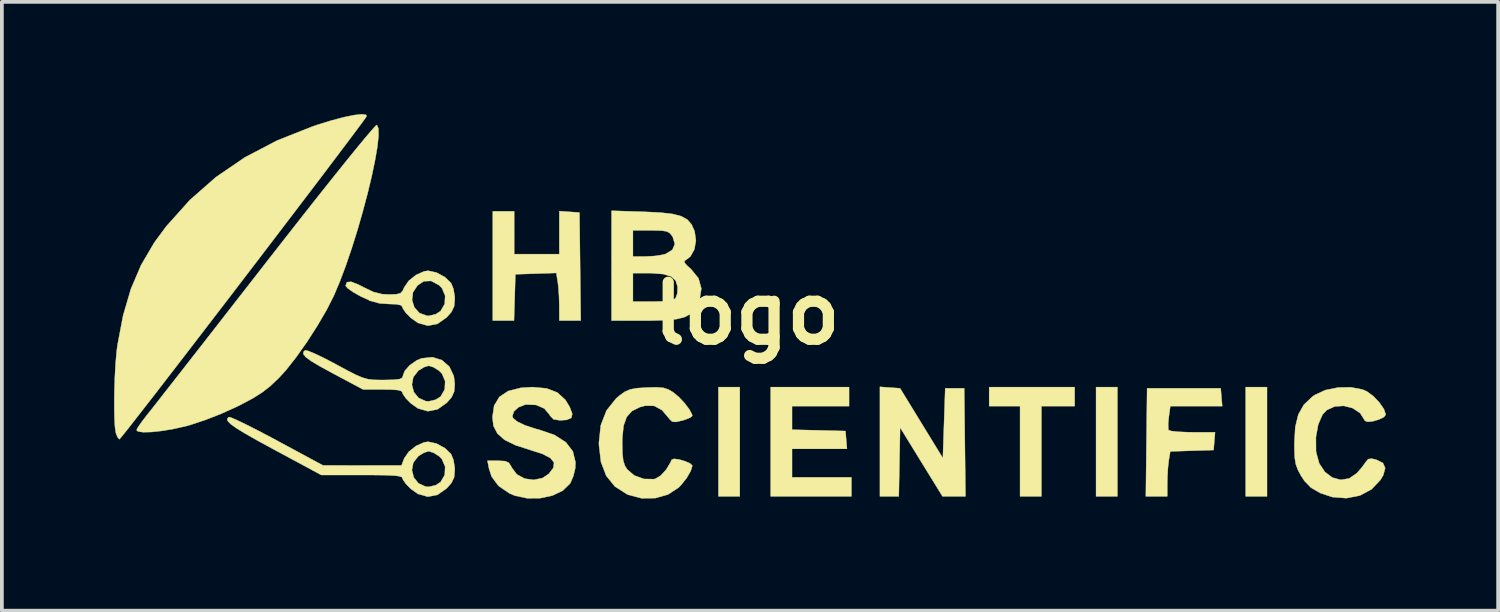
<source format=kicad_pcb>
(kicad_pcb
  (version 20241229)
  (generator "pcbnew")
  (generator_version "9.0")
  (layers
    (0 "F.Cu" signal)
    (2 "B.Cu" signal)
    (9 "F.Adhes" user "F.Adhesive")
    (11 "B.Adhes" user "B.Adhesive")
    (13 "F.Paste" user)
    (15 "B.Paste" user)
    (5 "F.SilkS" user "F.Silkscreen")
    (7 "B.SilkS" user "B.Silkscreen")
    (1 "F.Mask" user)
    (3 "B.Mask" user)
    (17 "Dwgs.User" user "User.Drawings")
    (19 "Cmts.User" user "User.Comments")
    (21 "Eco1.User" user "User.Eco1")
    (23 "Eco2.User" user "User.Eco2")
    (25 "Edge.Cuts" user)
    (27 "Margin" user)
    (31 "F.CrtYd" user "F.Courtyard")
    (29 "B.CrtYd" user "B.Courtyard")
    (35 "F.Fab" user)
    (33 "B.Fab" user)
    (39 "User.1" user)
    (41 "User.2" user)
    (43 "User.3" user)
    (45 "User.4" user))
  (footprint "logo"
    (layer "F.Cu")
    (at 16.921 5.332)
    (property "Reference" "logo" (at 0 0 0) (layer "F.SilkS") (effects (font (size 1.524 1.524) (thickness 0.3))))
    (attr through_hole)
    (fp_poly (pts (xy -0.191 4.889) (xy -0.762 4.889) (xy -0.762 1.968) (xy -0.191 1.968) (xy -0.191 4.889)) (stroke (width 0.01) (type solid)) (fill yes) (layer "F.SilkS"))
    (fp_poly (pts (xy 9.906 4.889) (xy 9.335 4.889) (xy 9.335 1.968) (xy 9.906 1.968) (xy 9.906 4.889)) (stroke (width 0.01) (type solid)) (fill yes) (layer "F.SilkS"))
    (fp_poly (pts (xy 13.906 4.889) (xy 13.335 4.889) (xy 13.335 1.968) (xy 13.906 1.968) (xy 13.906 4.889)) (stroke (width 0.01) (type solid)) (fill yes) (layer "F.SilkS"))
    (fp_poly (pts (xy 8.763 2.477) (xy 7.874 2.477) (xy 7.874 4.889) (xy 7.303 4.889) (xy 7.303 2.477) (xy 6.477 2.477) (xy 6.477 1.968) (xy 8.763 1.968) (xy 8.763 2.477)) (stroke (width 0.01) (type solid)) (fill yes) (layer "F.SilkS"))
    (fp_poly (pts (xy 2.731 2.477) (xy 1.206 2.477) (xy 1.206 3.107) (xy 2.635 3.143) (xy 2.675 3.619) (xy 1.206 3.619) (xy 1.206 4.381) (xy 2.794 4.381) (xy 2.794 4.889) (xy 0.635 4.889) (xy 0.635 1.968) (xy 2.731 1.968) (xy 2.731 2.477)) (stroke (width 0.01) (type solid)) (fill yes) (layer "F.SilkS"))
    (fp_poly (pts (xy 3.825 1.981) (xy 4.095 2) (xy 5.239 3.867) (xy 5.302 2) (xy 5.81 2) (xy 5.844 4.889) (xy 5.229 4.889) (xy 4.662 3.969) (xy 4.096 3.049) (xy 4.061 4.889) (xy 3.556 4.889) (xy 3.556 1.961) (xy 3.825 1.981)) (stroke (width 0.01) (type solid)) (fill yes) (layer "F.SilkS"))
    (fp_poly (pts (xy -4.747 -2.718) (xy -4.477 -2.699) (xy -4.443 0.191) (xy -5.016 0.191) (xy -5.017 -0.206) (xy -5.024 -0.466) (xy -5.042 -0.713) (xy -5.058 -0.844) (xy -5.097 -1.084) (xy -5.644 -1.066) (xy -6.191 -1.048) (xy -6.209 -0.429) (xy -6.228 0.191) (xy -6.795 0.191) (xy -6.795 -2.731) (xy -6.223 -2.731) (xy -6.223 -1.587) (xy -5.016 -1.587) (xy -5.016 -2.738) (xy -4.747 -2.718)) (stroke (width 0.01) (type solid)) (fill yes) (layer "F.SilkS"))
    (fp_poly (pts (xy 12.708 2.477) (xy 11.32 2.477) (xy 11.28 2.769) (xy 11.263 2.955) (xy 11.267 3.088) (xy 11.275 3.118) (xy 11.35 3.143) (xy 11.522 3.162) (xy 11.762 3.173) (xy 11.914 3.175) (xy 12.517 3.175) (xy 12.478 3.651) (xy 11.898 3.669) (xy 11.319 3.688) (xy 11.28 3.923) (xy 11.257 4.126) (xy 11.243 4.381) (xy 11.24 4.524) (xy 11.239 4.889) (xy 10.666 4.889) (xy 10.683 3.445) (xy 10.7 2) (xy 12.668 2) (xy 12.708 2.477)) (stroke (width 0.01) (type solid)) (fill yes) (layer "F.SilkS"))
    (fp_poly (pts (xy -10.184 -5.312) (xy -10.169 -5.275) (xy -10.211 -5.211) (xy -10.324 -5.056) (xy -10.5 -4.82) (xy -10.733 -4.51) (xy -11.015 -4.136) (xy -11.339 -3.707) (xy -11.7 -3.232) (xy -12.09 -2.72) (xy -12.502 -2.179) (xy -12.929 -1.619) (xy -13.365 -1.049) (xy -13.802 -0.477) (xy -14.235 0.087) (xy -14.655 0.634) (xy -15.057 1.157) (xy -15.433 1.645) (xy -15.776 2.09) (xy -16.081 2.482) (xy -16.339 2.813) (xy -16.543 3.075) (xy -16.689 3.257) (xy -16.767 3.351) (xy -16.779 3.363) (xy -16.827 3.311) (xy -16.874 3.191) (xy -16.897 3.031) (xy -16.911 2.773) (xy -16.916 2.446) (xy -16.912 2.079) (xy -16.9 1.7) (xy -16.88 1.338) (xy -16.853 1.023) (xy -16.832 0.857) (xy -16.679 0.052) (xy -16.47 -0.659) (xy -16.196 -1.3) (xy -15.846 -1.896) (xy -15.529 -2.326) (xy -14.897 -3.032) (xy -14.199 -3.645) (xy -13.426 -4.173) (xy -12.565 -4.624) (xy -11.605 -5.004) (xy -11.493 -5.042) (xy -11.115 -5.159) (xy -10.779 -5.248) (xy -10.501 -5.305) (xy -10.297 -5.327) (xy -10.184 -5.312)) (stroke (width 0.01) (type solid)) (fill yes) (layer "F.SilkS"))
    (fp_poly (pts (xy -9.853 -4.946) (xy -9.85 -4.746) (xy -9.881 -4.458) (xy -9.943 -4.098) (xy -10.03 -3.68) (xy -10.14 -3.22) (xy -10.269 -2.735) (xy -10.411 -2.239) (xy -10.565 -1.749) (xy -10.724 -1.281) (xy -10.887 -0.849) (xy -11.041 -0.484) (xy -11.236 -0.098) (xy -11.485 0.328) (xy -11.764 0.762) (xy -12.053 1.17) (xy -12.329 1.52) (xy -12.518 1.726) (xy -12.74 1.937) (xy -12.957 2.107) (xy -13.205 2.264) (xy -13.52 2.432) (xy -13.662 2.502) (xy -14.059 2.681) (xy -14.481 2.846) (xy -14.872 2.976) (xy -15.009 3.014) (xy -15.333 3.087) (xy -15.646 3.139) (xy -15.924 3.169) (xy -16.145 3.174) (xy -16.283 3.153) (xy -16.32 3.117) (xy -16.282 3.042) (xy -16.184 2.9) (xy -16.047 2.722) (xy -16.045 2.72) (xy -15.962 2.615) (xy -15.807 2.419) (xy -15.589 2.14) (xy -15.312 1.786) (xy -14.985 1.368) (xy -14.614 0.893) (xy -14.206 0.37) (xy -13.769 -0.192) (xy -13.307 -0.784) (xy -12.866 -1.351) (xy -12.374 -1.98) (xy -11.911 -2.571) (xy -11.482 -3.115) (xy -11.092 -3.605) (xy -10.747 -4.035) (xy -10.453 -4.398) (xy -10.215 -4.687) (xy -10.038 -4.894) (xy -9.93 -5.014) (xy -9.894 -5.041) (xy -9.853 -4.946)) (stroke (width 0.01) (type solid)) (fill yes) (layer "F.SilkS"))
    (fp_poly (pts (xy -8.299 -1.094) (xy -8.073 -0.971) (xy -7.91 -0.812) (xy -7.847 -0.659) (xy -7.813 -0.452) (xy -7.811 -0.392) (xy -7.828 -0.194) (xy -7.9 -0.041) (xy -8.026 0.102) (xy -8.273 0.277) (xy -8.532 0.327) (xy -8.796 0.252) (xy -8.983 0.12) (xy -9.117 -0.015) (xy -9.197 -0.13) (xy -9.207 -0.165) (xy -9.245 -0.219) (xy -9.371 -0.247) (xy -9.57 -0.254) (xy -9.824 -0.271) (xy -10.058 -0.335) (xy -10.105 -0.356) (xy -8.954 -0.356) (xy -8.891 -0.161) (xy -8.754 -0.011) (xy -8.554 0.061) (xy -8.509 0.064) (xy -8.323 0.02) (xy -8.191 -0.064) (xy -8.08 -0.255) (xy -8.069 -0.475) (xy -8.154 -0.678) (xy -8.232 -0.757) (xy -8.444 -0.871) (xy -8.639 -0.862) (xy -8.807 -0.751) (xy -8.93 -0.564) (xy -8.954 -0.356) (xy -10.105 -0.356) (xy -10.331 -0.46) (xy -10.332 -0.46) (xy -10.529 -0.572) (xy -10.672 -0.672) (xy -10.731 -0.74) (xy -10.731 -0.742) (xy -10.695 -0.838) (xy -10.581 -0.848) (xy -10.384 -0.772) (xy -10.254 -0.703) (xy -9.989 -0.576) (xy -9.749 -0.517) (xy -9.572 -0.508) (xy -9.373 -0.514) (xy -9.262 -0.543) (xy -9.2 -0.614) (xy -9.165 -0.695) (xy -9.043 -0.874) (xy -8.848 -1.03) (xy -8.63 -1.127) (xy -8.522 -1.143) (xy -8.299 -1.094)) (stroke (width 0.01) (type solid)) (fill yes) (layer "F.SilkS"))
    (fp_poly (pts (xy 16.454 2.031) (xy 16.573 2.082) (xy 16.747 2.209) (xy 16.91 2.38) (xy 17.032 2.557) (xy 17.081 2.702) (xy 17.081 2.706) (xy 17.029 2.772) (xy 16.901 2.834) (xy 16.744 2.88) (xy 16.603 2.897) (xy 16.526 2.87) (xy 16.523 2.865) (xy 16.397 2.664) (xy 16.197 2.531) (xy 15.958 2.47) (xy 15.715 2.486) (xy 15.502 2.584) (xy 15.39 2.703) (xy 15.275 2.968) (xy 15.214 3.306) (xy 15.216 3.671) (xy 15.221 3.715) (xy 15.302 4.009) (xy 15.453 4.236) (xy 15.651 4.386) (xy 15.874 4.448) (xy 16.102 4.411) (xy 16.309 4.268) (xy 16.44 4.118) (xy 16.538 3.984) (xy 16.546 3.97) (xy 16.612 3.893) (xy 16.711 3.882) (xy 16.832 3.911) (xy 17.006 3.998) (xy 17.066 4.133) (xy 17.015 4.321) (xy 16.941 4.448) (xy 16.699 4.703) (xy 16.387 4.868) (xy 16.028 4.938) (xy 15.648 4.908) (xy 15.325 4.799) (xy 15.082 4.658) (xy 14.907 4.477) (xy 14.817 4.34) (xy 14.729 4.176) (xy 14.675 4.028) (xy 14.647 3.854) (xy 14.638 3.614) (xy 14.637 3.461) (xy 14.662 3.034) (xy 14.743 2.701) (xy 14.89 2.441) (xy 15.113 2.228) (xy 15.188 2.176) (xy 15.467 2.048) (xy 15.802 1.98) (xy 16.147 1.973) (xy 16.454 2.031)) (stroke (width 0.01) (type solid)) (fill yes) (layer "F.SilkS"))
    (fp_poly (pts (xy -2.741 -2.719) (xy -2.311 -2.698) (xy -1.989 -2.661) (xy -1.756 -2.601) (xy -1.593 -2.511) (xy -1.482 -2.383) (xy -1.403 -2.21) (xy -1.397 -2.19) (xy -1.364 -1.95) (xy -1.405 -1.714) (xy -1.51 -1.526) (xy -1.598 -1.455) (xy -1.667 -1.409) (xy -1.668 -1.357) (xy -1.589 -1.27) (xy -1.494 -1.186) (xy -1.295 -0.942) (xy -1.219 -0.667) (xy -1.267 -0.364) (xy -1.292 -0.3) (xy -1.381 -0.125) (xy -1.495 0.003) (xy -1.653 0.092) (xy -1.874 0.149) (xy -2.178 0.179) (xy -2.584 0.19) (xy -2.715 0.19) (xy -3.619 0.191) (xy -3.619 -0.318) (xy -3.048 -0.318) (xy -2.516 -0.318) (xy -2.216 -0.325) (xy -2.024 -0.351) (xy -1.921 -0.396) (xy -1.908 -0.409) (xy -1.861 -0.533) (xy -1.853 -0.705) (xy -1.853 -0.709) (xy -1.903 -0.877) (xy -2.026 -0.99) (xy -2.238 -1.054) (xy -2.554 -1.078) (xy -2.619 -1.079) (xy -3.048 -1.079) (xy -3.048 -0.318) (xy -3.619 -0.318) (xy -3.619 -2.223) (xy -3.048 -2.223) (xy -3.048 -1.524) (xy -2.708 -1.524) (xy -2.471 -1.537) (xy -2.252 -1.571) (xy -2.171 -1.593) (xy -1.992 -1.703) (xy -1.927 -1.858) (xy -1.983 -2.046) (xy -1.996 -2.067) (xy -2.06 -2.147) (xy -2.143 -2.194) (xy -2.278 -2.216) (xy -2.498 -2.222) (xy -2.573 -2.223) (xy -3.048 -2.223) (xy -3.619 -2.223) (xy -3.619 -2.747) (xy -2.741 -2.719)) (stroke (width 0.01) (type solid)) (fill yes) (layer "F.SilkS"))
    (fp_poly (pts (xy -13.782 2.787) (xy -13.618 2.859) (xy -13.377 2.976) (xy -13.074 3.129) (xy -12.728 3.311) (xy -12.566 3.398) (xy -11.335 4.062) (xy -9.235 4.064) (xy -9.165 3.877) (xy -9.043 3.698) (xy -8.848 3.542) (xy -8.63 3.445) (xy -8.522 3.429) (xy -8.299 3.478) (xy -8.073 3.601) (xy -7.91 3.76) (xy -7.847 3.913) (xy -7.813 4.12) (xy -7.811 4.18) (xy -7.828 4.378) (xy -7.9 4.531) (xy -8.026 4.674) (xy -8.273 4.849) (xy -8.532 4.899) (xy -8.796 4.824) (xy -8.983 4.692) (xy -9.117 4.557) (xy -9.197 4.442) (xy -9.207 4.407) (xy -9.228 4.374) (xy -9.302 4.349) (xy -9.444 4.333) (xy -9.67 4.323) (xy -9.995 4.319) (xy -10.294 4.318) (xy -11.381 4.318) (xy -11.62 4.189) (xy -8.958 4.189) (xy -8.907 4.385) (xy -8.78 4.543) (xy -8.589 4.629) (xy -8.509 4.636) (xy -8.323 4.592) (xy -8.191 4.508) (xy -8.08 4.317) (xy -8.069 4.097) (xy -8.154 3.894) (xy -8.232 3.815) (xy -8.38 3.723) (xy -8.506 3.683) (xy -8.509 3.683) (xy -8.633 3.721) (xy -8.782 3.811) (xy -8.786 3.815) (xy -8.921 3.988) (xy -8.958 4.189) (xy -11.62 4.189) (xy -12.644 3.638) (xy -13.079 3.401) (xy -13.411 3.213) (xy -13.648 3.068) (xy -13.802 2.958) (xy -13.881 2.877) (xy -13.896 2.817) (xy -13.856 2.77) (xy -13.852 2.768) (xy -13.782 2.787)) (stroke (width 0.01) (type solid)) (fill yes) (layer "F.SilkS"))
    (fp_poly (pts (xy -5.355 2.003) (xy -5.069 2.113) (xy -4.855 2.308) (xy -4.738 2.5) (xy -4.67 2.682) (xy -4.694 2.792) (xy -4.821 2.845) (xy -5.002 2.857) (xy -5.17 2.83) (xy -5.266 2.731) (xy -5.28 2.703) (xy -5.419 2.54) (xy -5.637 2.445) (xy -5.895 2.434) (xy -5.935 2.44) (xy -6.109 2.508) (xy -6.23 2.619) (xy -6.271 2.741) (xy -6.254 2.796) (xy -6.141 2.891) (xy -5.93 2.991) (xy -5.65 3.083) (xy -5.556 3.107) (xy -5.143 3.249) (xy -4.842 3.442) (xy -4.655 3.686) (xy -4.583 3.978) (xy -4.591 4.139) (xy -4.641 4.348) (xy -4.72 4.532) (xy -4.73 4.548) (xy -4.924 4.736) (xy -5.2 4.868) (xy -5.528 4.938) (xy -5.874 4.941) (xy -6.204 4.871) (xy -6.349 4.81) (xy -6.643 4.609) (xy -6.827 4.36) (xy -6.897 4.143) (xy -6.937 3.937) (xy -6.651 3.937) (xy -6.468 3.947) (xy -6.367 3.99) (xy -6.302 4.09) (xy -6.29 4.119) (xy -6.152 4.302) (xy -5.943 4.415) (xy -5.701 4.449) (xy -5.464 4.399) (xy -5.299 4.289) (xy -5.175 4.126) (xy -5.158 3.986) (xy -5.255 3.864) (xy -5.47 3.753) (xy -5.779 3.654) (xy -6.186 3.523) (xy -6.479 3.38) (xy -6.671 3.211) (xy -6.776 3.008) (xy -6.805 2.774) (xy -6.759 2.463) (xy -6.619 2.23) (xy -6.381 2.072) (xy -6.042 1.987) (xy -5.731 1.968) (xy -5.355 2.003)) (stroke (width 0.01) (type solid)) (fill yes) (layer "F.SilkS"))
    (fp_poly (pts (xy -2.238 1.987) (xy -2.104 2.029) (xy -1.973 2.106) (xy -1.97 2.108) (xy -1.817 2.236) (xy -1.662 2.402) (xy -1.535 2.571) (xy -1.466 2.706) (xy -1.46 2.737) (xy -1.516 2.784) (xy -1.655 2.84) (xy -1.727 2.861) (xy -1.9 2.9) (xy -1.998 2.891) (xy -2.065 2.828) (xy -2.073 2.816) (xy -2.271 2.584) (xy -2.479 2.47) (xy -2.718 2.466) (xy -2.86 2.503) (xy -3.072 2.607) (xy -3.215 2.766) (xy -3.298 3) (xy -3.332 3.329) (xy -3.334 3.461) (xy -3.328 3.743) (xy -3.307 3.935) (xy -3.263 4.07) (xy -3.201 4.17) (xy -3.01 4.332) (xy -2.756 4.424) (xy -2.491 4.429) (xy -2.451 4.421) (xy -2.307 4.335) (xy -2.158 4.173) (xy -2.039 3.975) (xy -2.012 3.908) (xy -1.946 3.886) (xy -1.812 3.904) (xy -1.656 3.949) (xy -1.523 4.007) (xy -1.461 4.065) (xy -1.46 4.07) (xy -1.503 4.212) (xy -1.611 4.399) (xy -1.761 4.587) (xy -1.825 4.653) (xy -2.108 4.839) (xy -2.451 4.937) (xy -2.818 4.941) (xy -3.174 4.847) (xy -3.207 4.833) (xy -3.531 4.625) (xy -3.761 4.341) (xy -3.902 3.973) (xy -3.956 3.516) (xy -3.957 3.453) (xy -3.907 2.986) (xy -3.754 2.593) (xy -3.496 2.27) (xy -3.407 2.194) (xy -3.264 2.092) (xy -3.125 2.031) (xy -2.948 1.997) (xy -2.688 1.98) (xy -2.677 1.979) (xy -2.415 1.973) (xy -2.238 1.987)) (stroke (width 0.01) (type solid)) (fill yes) (layer "F.SilkS"))
    (fp_poly (pts (xy -11.735 0.999) (xy -11.571 1.066) (xy -11.34 1.175) (xy -11.066 1.317) (xy -10.983 1.362) (xy -10.675 1.528) (xy -10.45 1.643) (xy -10.278 1.715) (xy -10.131 1.756) (xy -9.979 1.774) (xy -9.794 1.778) (xy -9.712 1.778) (xy -9.446 1.772) (xy -9.287 1.754) (xy -9.216 1.718) (xy -9.207 1.691) (xy -9.153 1.54) (xy -9.014 1.382) (xy -8.825 1.251) (xy -8.699 1.199) (xy -8.407 1.168) (xy -8.153 1.248) (xy -7.956 1.421) (xy -7.837 1.674) (xy -7.811 1.888) (xy -7.828 2.089) (xy -7.897 2.241) (xy -8.026 2.388) (xy -8.273 2.563) (xy -8.532 2.613) (xy -8.796 2.538) (xy -8.983 2.406) (xy -9.117 2.271) (xy -9.197 2.156) (xy -9.207 2.121) (xy -9.237 2.075) (xy -9.338 2.047) (xy -9.531 2.034) (xy -9.734 2.032) (xy -10.261 2.032) (xy -10.503 1.903) (xy -8.958 1.903) (xy -8.907 2.099) (xy -8.78 2.257) (xy -8.589 2.343) (xy -8.509 2.349) (xy -8.323 2.306) (xy -8.191 2.223) (xy -8.08 2.031) (xy -8.069 1.811) (xy -8.154 1.608) (xy -8.232 1.529) (xy -8.38 1.437) (xy -8.506 1.397) (xy -8.509 1.397) (xy -8.633 1.435) (xy -8.782 1.525) (xy -8.786 1.529) (xy -8.921 1.702) (xy -8.958 1.903) (xy -10.503 1.903) (xy -11.066 1.603) (xy -11.413 1.414) (xy -11.654 1.27) (xy -11.801 1.161) (xy -11.863 1.08) (xy -11.851 1.017) (xy -11.811 0.984) (xy -11.735 0.999)) (stroke (width 0.01) (type solid)) (fill yes) (layer "F.SilkS")))
  (gr_rect
    (start -3 -3)
    (end 37.007 13.278)
    (stroke (width 0.1) (type default))
    (fill no)
    (layer "Edge.Cuts")))
</source>
